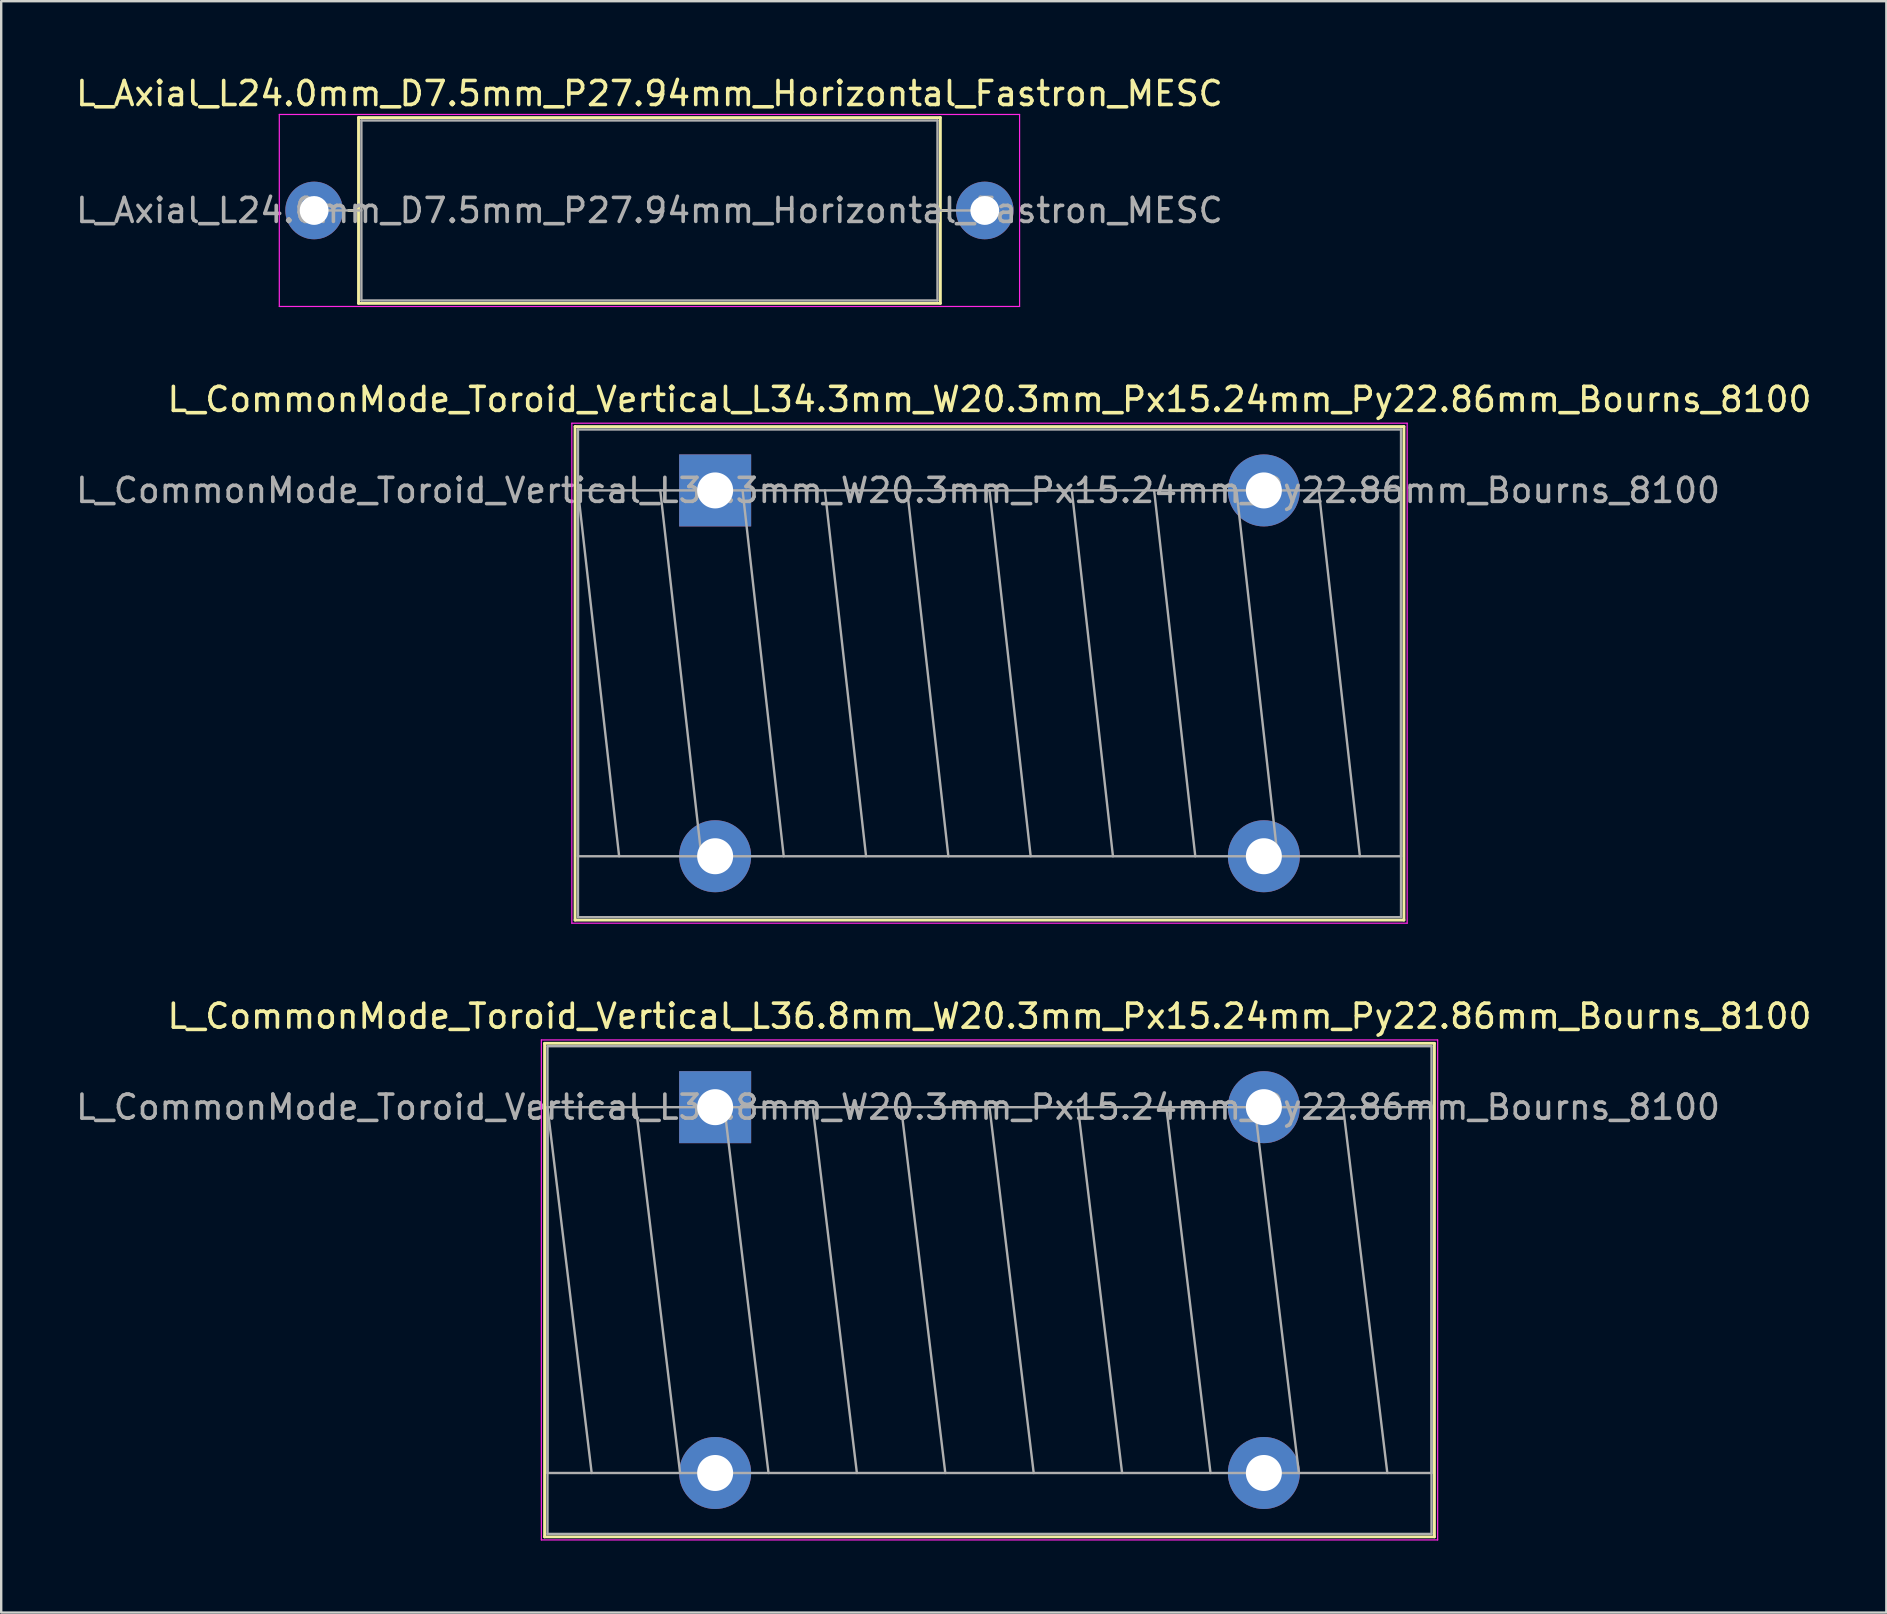
<source format=kicad_pcb>
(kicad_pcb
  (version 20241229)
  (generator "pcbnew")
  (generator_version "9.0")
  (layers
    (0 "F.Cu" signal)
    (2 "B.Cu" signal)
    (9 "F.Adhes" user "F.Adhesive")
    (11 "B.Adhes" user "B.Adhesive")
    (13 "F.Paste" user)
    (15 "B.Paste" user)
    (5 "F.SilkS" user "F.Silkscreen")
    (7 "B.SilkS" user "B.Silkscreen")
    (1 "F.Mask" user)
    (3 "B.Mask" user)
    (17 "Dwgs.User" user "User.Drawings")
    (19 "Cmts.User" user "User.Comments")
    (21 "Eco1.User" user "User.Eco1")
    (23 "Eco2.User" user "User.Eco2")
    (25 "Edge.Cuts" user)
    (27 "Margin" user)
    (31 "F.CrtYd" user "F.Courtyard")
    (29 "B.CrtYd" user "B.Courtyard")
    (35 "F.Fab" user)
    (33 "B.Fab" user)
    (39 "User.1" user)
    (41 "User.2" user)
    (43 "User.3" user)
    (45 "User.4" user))
  (footprint "L_CommonMode_Toroid_Vertical_L36.8mm_W20.3mm_Px15.24mm_Py22.86mm_Bourns_8100"
    (layer "F.Cu")
    (at 26.743 43.075)
    (property "Reference" "L_CommonMode_Toroid_Vertical_L36.8mm_W20.3mm_Px15.24mm_Py22.86mm_Bourns_8100" (at 11.43 -3.79 0) (layer "F.SilkS") (effects (font (size 1 1) (thickness 0.15))))
    (attr through_hole)
    (fp_line (start -7.105 -2.66) (end -7.105 17.9) (stroke (width 0.12) (type solid)) (layer "F.SilkS"))
    (fp_line (start -7.105 -2.66) (end 29.965 -2.66) (stroke (width 0.12) (type solid)) (layer "F.SilkS"))
    (fp_line (start -7.105 17.9) (end 29.965 17.9) (stroke (width 0.12) (type solid)) (layer "F.SilkS"))
    (fp_line (start 29.965 -2.66) (end 29.965 17.9) (stroke (width 0.12) (type solid)) (layer "F.SilkS"))
    (fp_line (start -7.24 -2.8) (end -7.24 18.03) (stroke (width 0.05) (type solid)) (layer "F.CrtYd"))
    (fp_line (start -7.24 18.03) (end 30.1 18.03) (stroke (width 0.05) (type solid)) (layer "F.CrtYd"))
    (fp_line (start 30.1 -2.8) (end -7.24 -2.8) (stroke (width 0.05) (type solid)) (layer "F.CrtYd"))
    (fp_line (start 30.1 18.03) (end 30.1 -2.8) (stroke (width 0.05) (type solid)) (layer "F.CrtYd"))
    (fp_line (start -6.985 -2.54) (end -6.985 17.78) (stroke (width 0.1) (type solid)) (layer "F.Fab"))
    (fp_line (start -6.985 0) (end -6.985 15.24) (stroke (width 0.1) (type solid)) (layer "F.Fab"))
    (fp_line (start -6.985 0) (end -5.144 15.24) (stroke (width 0.1) (type solid)) (layer "F.Fab"))
    (fp_line (start -6.985 15.24) (end 29.845 15.24) (stroke (width 0.1) (type solid)) (layer "F.Fab"))
    (fp_line (start -6.985 17.78) (end 29.845 17.78) (stroke (width 0.1) (type solid)) (layer "F.Fab"))
    (fp_line (start -3.302 0) (end -1.46 15.24) (stroke (width 0.1) (type solid)) (layer "F.Fab"))
    (fp_line (start 0.381 0) (end 2.223 15.24) (stroke (width 0.1) (type solid)) (layer "F.Fab"))
    (fp_line (start 4.064 0) (end 5.905 15.24) (stroke (width 0.1) (type solid)) (layer "F.Fab"))
    (fp_line (start 7.747 0) (end 9.588 15.24) (stroke (width 0.1) (type solid)) (layer "F.Fab"))
    (fp_line (start 11.43 0) (end 13.271 15.24) (stroke (width 0.1) (type solid)) (layer "F.Fab"))
    (fp_line (start 15.113 0) (end 16.954 15.24) (stroke (width 0.1) (type solid)) (layer "F.Fab"))
    (fp_line (start 18.796 0) (end 20.637 15.24) (stroke (width 0.1) (type solid)) (layer "F.Fab"))
    (fp_line (start 22.479 0) (end 24.32 15.24) (stroke (width 0.1) (type solid)) (layer "F.Fab"))
    (fp_line (start 26.162 0) (end 28.003 15.24) (stroke (width 0.1) (type solid)) (layer "F.Fab"))
    (fp_line (start 29.845 -2.54) (end -6.985 -2.54) (stroke (width 0.1) (type solid)) (layer "F.Fab"))
    (fp_line (start 29.845 0) (end -6.985 0) (stroke (width 0.1) (type solid)) (layer "F.Fab"))
    (fp_line (start 29.845 15.24) (end 29.845 0) (stroke (width 0.1) (type solid)) (layer "F.Fab"))
    (fp_line (start 29.845 17.78) (end 29.845 -2.54) (stroke (width 0.1) (type solid)) (layer "F.Fab"))
    (fp_text user "${REFERENCE}" (at 7.62 0 0) (layer "F.Fab") (effects (font (size 1 1) (thickness 0.15))))
    (pad "1" thru_hole rect (at 0 0) (size 3 3) (drill 1.5) (layers "*.Cu" "*.Mask"))
    (pad "2" thru_hole circle (at 0 15.24) (size 3 3) (drill 1.5) (layers "*.Cu" "*.Mask"))
    (pad "3" thru_hole circle (at 22.86 15.24) (size 3 3) (drill 1.5) (layers "*.Cu" "*.Mask"))
    (pad "4" thru_hole circle (at 22.86 0) (size 3 3) (drill 1.5) (layers "*.Cu" "*.Mask")))
  (footprint "L_Axial_L24.0mm_D7.5mm_P27.94mm_Horizontal_Fastron_MESC"
    (layer "F.Cu")
    (at 10.036 5.718)
    (property "Reference" "L_Axial_L24.0mm_D7.5mm_P27.94mm_Horizontal_Fastron_MESC" (at 13.97 -4.87 0) (layer "F.SilkS") (effects (font (size 1 1) (thickness 0.15))))
    (attr through_hole)
    (fp_line (start 1.44 0) (end 1.85 0) (stroke (width 0.12) (type solid)) (layer "F.SilkS"))
    (fp_line (start 1.85 -3.87) (end 1.85 3.87) (stroke (width 0.12) (type solid)) (layer "F.SilkS"))
    (fp_line (start 1.85 3.87) (end 26.09 3.87) (stroke (width 0.12) (type solid)) (layer "F.SilkS"))
    (fp_line (start 26.09 -3.87) (end 1.85 -3.87) (stroke (width 0.12) (type solid)) (layer "F.SilkS"))
    (fp_line (start 26.09 3.87) (end 26.09 -3.87) (stroke (width 0.12) (type solid)) (layer "F.SilkS"))
    (fp_line (start 26.5 0) (end 26.09 0) (stroke (width 0.12) (type solid)) (layer "F.SilkS"))
    (fp_line (start -1.45 -4) (end -1.45 4) (stroke (width 0.05) (type solid)) (layer "F.CrtYd"))
    (fp_line (start -1.45 4) (end 29.39 4) (stroke (width 0.05) (type solid)) (layer "F.CrtYd"))
    (fp_line (start 29.39 -4) (end -1.45 -4) (stroke (width 0.05) (type solid)) (layer "F.CrtYd"))
    (fp_line (start 29.39 4) (end 29.39 -4) (stroke (width 0.05) (type solid)) (layer "F.CrtYd"))
    (fp_line (start 0 0) (end 1.97 0) (stroke (width 0.1) (type solid)) (layer "F.Fab"))
    (fp_line (start 1.97 -3.75) (end 1.97 3.75) (stroke (width 0.1) (type solid)) (layer "F.Fab"))
    (fp_line (start 1.97 3.75) (end 25.97 3.75) (stroke (width 0.1) (type solid)) (layer "F.Fab"))
    (fp_line (start 25.97 -3.75) (end 1.97 -3.75) (stroke (width 0.1) (type solid)) (layer "F.Fab"))
    (fp_line (start 25.97 3.75) (end 25.97 -3.75) (stroke (width 0.1) (type solid)) (layer "F.Fab"))
    (fp_line (start 27.94 0) (end 25.97 0) (stroke (width 0.1) (type solid)) (layer "F.Fab"))
    (fp_text user "${REFERENCE}" (at 13.97 0 0) (layer "F.Fab") (effects (font (size 1 1) (thickness 0.15))))
    (pad "1" thru_hole circle (at 0 0) (size 2.4 2.4) (drill 1.2) (layers "*.Cu" "*.Mask"))
    (pad "2" thru_hole oval (at 27.94 0) (size 2.4 2.4) (drill 1.2) (layers "*.Cu" "*.Mask")))
  (footprint "L_CommonMode_Toroid_Vertical_L34.3mm_W20.3mm_Px15.24mm_Py22.86mm_Bourns_8100"
    (layer "F.Cu")
    (at 26.743 17.381)
    (property "Reference" "L_CommonMode_Toroid_Vertical_L34.3mm_W20.3mm_Px15.24mm_Py22.86mm_Bourns_8100" (at 11.43 -3.79 0) (layer "F.SilkS") (effects (font (size 1 1) (thickness 0.15))))
    (attr through_hole)
    (fp_line (start -5.835 -2.66) (end -5.835 17.9) (stroke (width 0.12) (type solid)) (layer "F.SilkS"))
    (fp_line (start -5.835 -2.66) (end 28.695 -2.66) (stroke (width 0.12) (type solid)) (layer "F.SilkS"))
    (fp_line (start -5.835 17.9) (end 28.695 17.9) (stroke (width 0.12) (type solid)) (layer "F.SilkS"))
    (fp_line (start 28.695 -2.66) (end 28.695 17.9) (stroke (width 0.12) (type solid)) (layer "F.SilkS"))
    (fp_line (start -5.97 -2.8) (end -5.97 18.03) (stroke (width 0.05) (type solid)) (layer "F.CrtYd"))
    (fp_line (start -5.97 18.03) (end 28.83 18.03) (stroke (width 0.05) (type solid)) (layer "F.CrtYd"))
    (fp_line (start 28.83 -2.8) (end -5.97 -2.8) (stroke (width 0.05) (type solid)) (layer "F.CrtYd"))
    (fp_line (start 28.83 18.03) (end 28.83 -2.8) (stroke (width 0.05) (type solid)) (layer "F.CrtYd"))
    (fp_line (start -5.715 -2.54) (end -5.715 17.78) (stroke (width 0.1) (type solid)) (layer "F.Fab"))
    (fp_line (start -5.715 0) (end -5.715 15.24) (stroke (width 0.1) (type solid)) (layer "F.Fab"))
    (fp_line (start -5.715 0) (end -4 15.24) (stroke (width 0.1) (type solid)) (layer "F.Fab"))
    (fp_line (start -5.715 15.24) (end 28.575 15.24) (stroke (width 0.1) (type solid)) (layer "F.Fab"))
    (fp_line (start -5.715 17.78) (end 28.575 17.78) (stroke (width 0.1) (type solid)) (layer "F.Fab"))
    (fp_line (start -2.286 0) (end -0.572 15.24) (stroke (width 0.1) (type solid)) (layer "F.Fab"))
    (fp_line (start 1.143 0) (end 2.857 15.24) (stroke (width 0.1) (type solid)) (layer "F.Fab"))
    (fp_line (start 4.572 0) (end 6.287 15.24) (stroke (width 0.1) (type solid)) (layer "F.Fab"))
    (fp_line (start 8.001 0) (end 9.716 15.24) (stroke (width 0.1) (type solid)) (layer "F.Fab"))
    (fp_line (start 11.43 0) (end 13.145 15.24) (stroke (width 0.1) (type solid)) (layer "F.Fab"))
    (fp_line (start 14.859 0) (end 16.573 15.24) (stroke (width 0.1) (type solid)) (layer "F.Fab"))
    (fp_line (start 18.288 0) (end 20.003 15.24) (stroke (width 0.1) (type solid)) (layer "F.Fab"))
    (fp_line (start 21.717 0) (end 23.431 15.24) (stroke (width 0.1) (type solid)) (layer "F.Fab"))
    (fp_line (start 25.146 0) (end 26.86 15.24) (stroke (width 0.1) (type solid)) (layer "F.Fab"))
    (fp_line (start 28.575 -2.54) (end -5.715 -2.54) (stroke (width 0.1) (type solid)) (layer "F.Fab"))
    (fp_line (start 28.575 0) (end -5.715 0) (stroke (width 0.1) (type solid)) (layer "F.Fab"))
    (fp_line (start 28.575 15.24) (end 28.575 0) (stroke (width 0.1) (type solid)) (layer "F.Fab"))
    (fp_line (start 28.575 17.78) (end 28.575 -2.54) (stroke (width 0.1) (type solid)) (layer "F.Fab"))
    (fp_text user "${REFERENCE}" (at 7.62 0 0) (layer "F.Fab") (effects (font (size 1 1) (thickness 0.15))))
    (pad "1" thru_hole rect (at 0 0) (size 3 3) (drill 1.5) (layers "*.Cu" "*.Mask"))
    (pad "2" thru_hole circle (at 0 15.24) (size 3 3) (drill 1.5) (layers "*.Cu" "*.Mask"))
    (pad "3" thru_hole circle (at 22.86 15.24) (size 3 3) (drill 1.5) (layers "*.Cu" "*.Mask"))
    (pad "4" thru_hole circle (at 22.86 0) (size 3 3) (drill 1.5) (layers "*.Cu" "*.Mask")))
  (gr_rect
    (start -3 -3)
    (end 75.536 64.13)
    (stroke (width 0.1) (type default))
    (fill no)
    (layer "Edge.Cuts")))
</source>
